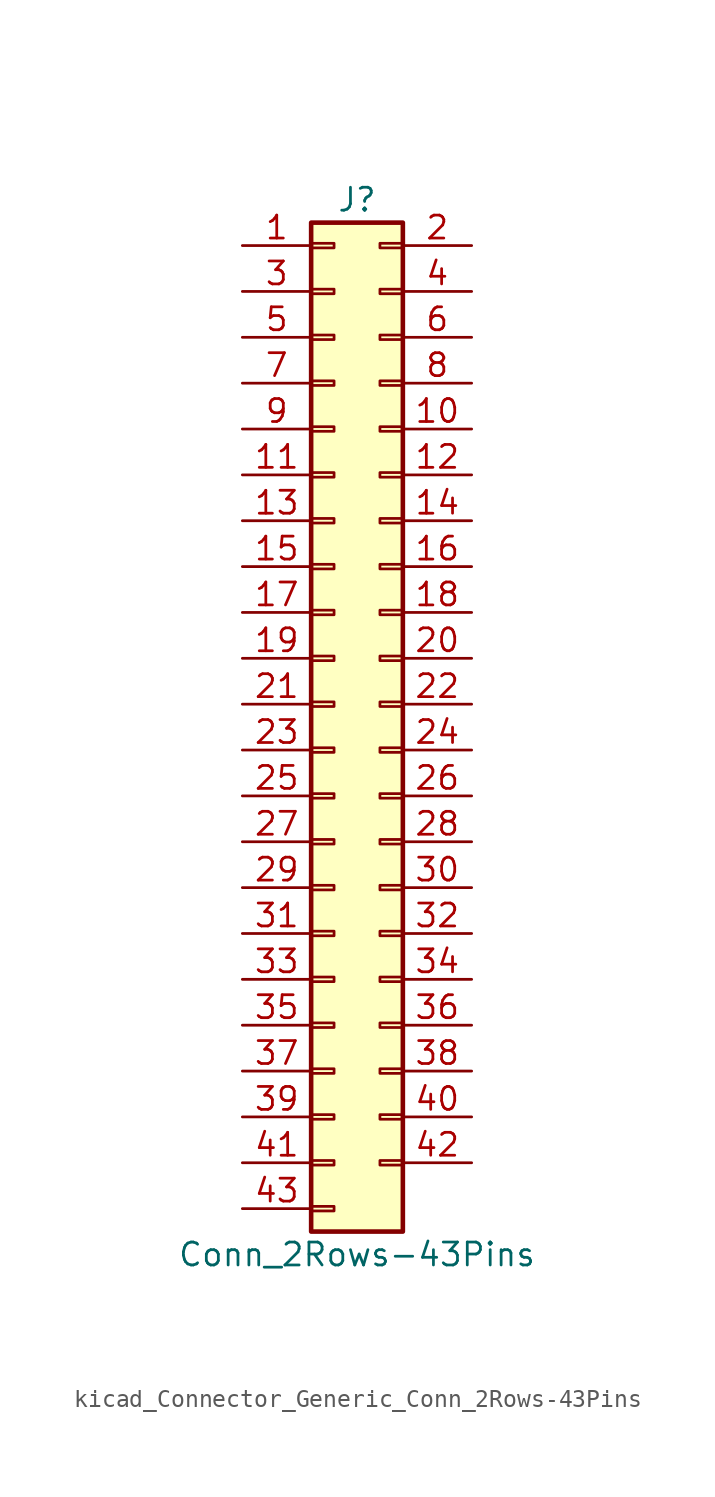
<source format=kicad_sym>
(kicad_symbol_lib
  (version 20220914)
  (generator kicad_symbol_editor)
  (symbol "kicad_Connector_Generic_Conn_2Rows-43Pins"
    (pin_names
      (offset 1.016) hide)
    (property "Reference" "J"
      (at 1.27 27.94 0)
      (effects (font (size 1.27 1.27))))
    (property "Value" "Conn_2Rows-43Pins"
      (at 1.27 -30.48 0)
      (effects (font (size 1.27 1.27))))
    (symbol "kicad_Connector_Generic_Conn_2Rows-43Pins_1_1"
      (rectangle (start -1.27 -27.813) (end 0 -28.067) (stroke (width 0.152) (type default)) (fill (type none)))
      (rectangle (start -1.27 -25.273) (end 0 -25.527) (stroke (width 0.152) (type default)) (fill (type none)))
      (rectangle (start -1.27 -22.733) (end 0 -22.987) (stroke (width 0.152) (type default)) (fill (type none)))
      (rectangle (start -1.27 -20.193) (end 0 -20.447) (stroke (width 0.152) (type default)) (fill (type none)))
      (rectangle (start -1.27 -17.653) (end 0 -17.907) (stroke (width 0.152) (type default)) (fill (type none)))
      (rectangle (start -1.27 -15.113) (end 0 -15.367) (stroke (width 0.152) (type default)) (fill (type none)))
      (rectangle (start -1.27 -12.573) (end 0 -12.827) (stroke (width 0.152) (type default)) (fill (type none)))
      (rectangle (start -1.27 -10.033) (end 0 -10.287) (stroke (width 0.152) (type default)) (fill (type none)))
      (rectangle (start -1.27 -7.493) (end 0 -7.747) (stroke (width 0.152) (type default)) (fill (type none)))
      (rectangle (start -1.27 -4.953) (end 0 -5.207) (stroke (width 0.152) (type default)) (fill (type none)))
      (rectangle (start -1.27 -2.413) (end 0 -2.667) (stroke (width 0.152) (type default)) (fill (type none)))
      (rectangle (start -1.27 0.127) (end 0 -0.127) (stroke (width 0.152) (type default)) (fill (type none)))
      (rectangle (start -1.27 2.667) (end 0 2.413) (stroke (width 0.152) (type default)) (fill (type none)))
      (rectangle (start -1.27 5.207) (end 0 4.953) (stroke (width 0.152) (type default)) (fill (type none)))
      (rectangle (start -1.27 7.747) (end 0 7.493) (stroke (width 0.152) (type default)) (fill (type none)))
      (rectangle (start -1.27 10.287) (end 0 10.033) (stroke (width 0.152) (type default)) (fill (type none)))
      (rectangle (start -1.27 12.827) (end 0 12.573) (stroke (width 0.152) (type default)) (fill (type none)))
      (rectangle (start -1.27 15.367) (end 0 15.113) (stroke (width 0.152) (type default)) (fill (type none)))
      (rectangle (start -1.27 17.907) (end 0 17.653) (stroke (width 0.152) (type default)) (fill (type none)))
      (rectangle (start -1.27 20.447) (end 0 20.193) (stroke (width 0.152) (type default)) (fill (type none)))
      (rectangle (start -1.27 22.987) (end 0 22.733) (stroke (width 0.152) (type default)) (fill (type none)))
      (rectangle (start -1.27 25.527) (end 0 25.273) (stroke (width 0.152) (type default)) (fill (type none)))
      (rectangle (start -1.27 26.67) (end 3.81 -29.21) (stroke (width 0.254) (type default)) (fill (type background)))
      (rectangle (start 3.81 -25.273) (end 2.54 -25.527) (stroke (width 0.152) (type default)) (fill (type none)))
      (rectangle (start 3.81 -22.733) (end 2.54 -22.987) (stroke (width 0.152) (type default)) (fill (type none)))
      (rectangle (start 3.81 -20.193) (end 2.54 -20.447) (stroke (width 0.152) (type default)) (fill (type none)))
      (rectangle (start 3.81 -17.653) (end 2.54 -17.907) (stroke (width 0.152) (type default)) (fill (type none)))
      (rectangle (start 3.81 -15.113) (end 2.54 -15.367) (stroke (width 0.152) (type default)) (fill (type none)))
      (rectangle (start 3.81 -12.573) (end 2.54 -12.827) (stroke (width 0.152) (type default)) (fill (type none)))
      (rectangle (start 3.81 -10.033) (end 2.54 -10.287) (stroke (width 0.152) (type default)) (fill (type none)))
      (rectangle (start 3.81 -7.493) (end 2.54 -7.747) (stroke (width 0.152) (type default)) (fill (type none)))
      (rectangle (start 3.81 -4.953) (end 2.54 -5.207) (stroke (width 0.152) (type default)) (fill (type none)))
      (rectangle (start 3.81 -2.413) (end 2.54 -2.667) (stroke (width 0.152) (type default)) (fill (type none)))
      (rectangle (start 3.81 0.127) (end 2.54 -0.127) (stroke (width 0.152) (type default)) (fill (type none)))
      (rectangle (start 3.81 2.667) (end 2.54 2.413) (stroke (width 0.152) (type default)) (fill (type none)))
      (rectangle (start 3.81 5.207) (end 2.54 4.953) (stroke (width 0.152) (type default)) (fill (type none)))
      (rectangle (start 3.81 7.747) (end 2.54 7.493) (stroke (width 0.152) (type default)) (fill (type none)))
      (rectangle (start 3.81 10.287) (end 2.54 10.033) (stroke (width 0.152) (type default)) (fill (type none)))
      (rectangle (start 3.81 12.827) (end 2.54 12.573) (stroke (width 0.152) (type default)) (fill (type none)))
      (rectangle (start 3.81 15.367) (end 2.54 15.113) (stroke (width 0.152) (type default)) (fill (type none)))
      (rectangle (start 3.81 17.907) (end 2.54 17.653) (stroke (width 0.152) (type default)) (fill (type none)))
      (rectangle (start 3.81 20.447) (end 2.54 20.193) (stroke (width 0.152) (type default)) (fill (type none)))
      (rectangle (start 3.81 22.987) (end 2.54 22.733) (stroke (width 0.152) (type default)) (fill (type none)))
      (rectangle (start 3.81 25.527) (end 2.54 25.273) (stroke (width 0.152) (type default)) (fill (type none)))
      (pin passive line (at -5.08 25.4 0) (length 3.81) (name "Pin_1" (effects (font (size 1.27 1.27)))) (number "1" (effects (font (size 1.27 1.27)))))
      (pin passive line (at 7.62 15.24 180) (length 3.81) (name "Pin_10" (effects (font (size 1.27 1.27)))) (number "10" (effects (font (size 1.27 1.27)))))
      (pin passive line (at -5.08 12.7 0) (length 3.81) (name "Pin_11" (effects (font (size 1.27 1.27)))) (number "11" (effects (font (size 1.27 1.27)))))
      (pin passive line (at 7.62 12.7 180) (length 3.81) (name "Pin_12" (effects (font (size 1.27 1.27)))) (number "12" (effects (font (size 1.27 1.27)))))
      (pin passive line (at -5.08 10.16 0) (length 3.81) (name "Pin_13" (effects (font (size 1.27 1.27)))) (number "13" (effects (font (size 1.27 1.27)))))
      (pin passive line (at 7.62 10.16 180) (length 3.81) (name "Pin_14" (effects (font (size 1.27 1.27)))) (number "14" (effects (font (size 1.27 1.27)))))
      (pin passive line (at -5.08 7.62 0) (length 3.81) (name "Pin_15" (effects (font (size 1.27 1.27)))) (number "15" (effects (font (size 1.27 1.27)))))
      (pin passive line (at 7.62 7.62 180) (length 3.81) (name "Pin_16" (effects (font (size 1.27 1.27)))) (number "16" (effects (font (size 1.27 1.27)))))
      (pin passive line (at -5.08 5.08 0) (length 3.81) (name "Pin_17" (effects (font (size 1.27 1.27)))) (number "17" (effects (font (size 1.27 1.27)))))
      (pin passive line (at 7.62 5.08 180) (length 3.81) (name "Pin_18" (effects (font (size 1.27 1.27)))) (number "18" (effects (font (size 1.27 1.27)))))
      (pin passive line (at -5.08 2.54 0) (length 3.81) (name "Pin_19" (effects (font (size 1.27 1.27)))) (number "19" (effects (font (size 1.27 1.27)))))
      (pin passive line (at 7.62 25.4 180) (length 3.81) (name "Pin_2" (effects (font (size 1.27 1.27)))) (number "2" (effects (font (size 1.27 1.27)))))
      (pin passive line (at 7.62 2.54 180) (length 3.81) (name "Pin_20" (effects (font (size 1.27 1.27)))) (number "20" (effects (font (size 1.27 1.27)))))
      (pin passive line (at -5.08 0 0) (length 3.81) (name "Pin_21" (effects (font (size 1.27 1.27)))) (number "21" (effects (font (size 1.27 1.27)))))
      (pin passive line (at 7.62 0 180) (length 3.81) (name "Pin_22" (effects (font (size 1.27 1.27)))) (number "22" (effects (font (size 1.27 1.27)))))
      (pin passive line (at -5.08 -2.54 0) (length 3.81) (name "Pin_23" (effects (font (size 1.27 1.27)))) (number "23" (effects (font (size 1.27 1.27)))))
      (pin passive line (at 7.62 -2.54 180) (length 3.81) (name "Pin_24" (effects (font (size 1.27 1.27)))) (number "24" (effects (font (size 1.27 1.27)))))
      (pin passive line (at -5.08 -5.08 0) (length 3.81) (name "Pin_25" (effects (font (size 1.27 1.27)))) (number "25" (effects (font (size 1.27 1.27)))))
      (pin passive line (at 7.62 -5.08 180) (length 3.81) (name "Pin_26" (effects (font (size 1.27 1.27)))) (number "26" (effects (font (size 1.27 1.27)))))
      (pin passive line (at -5.08 -7.62 0) (length 3.81) (name "Pin_27" (effects (font (size 1.27 1.27)))) (number "27" (effects (font (size 1.27 1.27)))))
      (pin passive line (at 7.62 -7.62 180) (length 3.81) (name "Pin_28" (effects (font (size 1.27 1.27)))) (number "28" (effects (font (size 1.27 1.27)))))
      (pin passive line (at -5.08 -10.16 0) (length 3.81) (name "Pin_29" (effects (font (size 1.27 1.27)))) (number "29" (effects (font (size 1.27 1.27)))))
      (pin passive line (at -5.08 22.86 0) (length 3.81) (name "Pin_3" (effects (font (size 1.27 1.27)))) (number "3" (effects (font (size 1.27 1.27)))))
      (pin passive line (at 7.62 -10.16 180) (length 3.81) (name "Pin_30" (effects (font (size 1.27 1.27)))) (number "30" (effects (font (size 1.27 1.27)))))
      (pin passive line (at -5.08 -12.7 0) (length 3.81) (name "Pin_31" (effects (font (size 1.27 1.27)))) (number "31" (effects (font (size 1.27 1.27)))))
      (pin passive line (at 7.62 -12.7 180) (length 3.81) (name "Pin_32" (effects (font (size 1.27 1.27)))) (number "32" (effects (font (size 1.27 1.27)))))
      (pin passive line (at -5.08 -15.24 0) (length 3.81) (name "Pin_33" (effects (font (size 1.27 1.27)))) (number "33" (effects (font (size 1.27 1.27)))))
      (pin passive line (at 7.62 -15.24 180) (length 3.81) (name "Pin_34" (effects (font (size 1.27 1.27)))) (number "34" (effects (font (size 1.27 1.27)))))
      (pin passive line (at -5.08 -17.78 0) (length 3.81) (name "Pin_35" (effects (font (size 1.27 1.27)))) (number "35" (effects (font (size 1.27 1.27)))))
      (pin passive line (at 7.62 -17.78 180) (length 3.81) (name "Pin_36" (effects (font (size 1.27 1.27)))) (number "36" (effects (font (size 1.27 1.27)))))
      (pin passive line (at -5.08 -20.32 0) (length 3.81) (name "Pin_37" (effects (font (size 1.27 1.27)))) (number "37" (effects (font (size 1.27 1.27)))))
      (pin passive line (at 7.62 -20.32 180) (length 3.81) (name "Pin_38" (effects (font (size 1.27 1.27)))) (number "38" (effects (font (size 1.27 1.27)))))
      (pin passive line (at -5.08 -22.86 0) (length 3.81) (name "Pin_39" (effects (font (size 1.27 1.27)))) (number "39" (effects (font (size 1.27 1.27)))))
      (pin passive line (at 7.62 22.86 180) (length 3.81) (name "Pin_4" (effects (font (size 1.27 1.27)))) (number "4" (effects (font (size 1.27 1.27)))))
      (pin passive line (at 7.62 -22.86 180) (length 3.81) (name "Pin_40" (effects (font (size 1.27 1.27)))) (number "40" (effects (font (size 1.27 1.27)))))
      (pin passive line (at -5.08 -25.4 0) (length 3.81) (name "Pin_41" (effects (font (size 1.27 1.27)))) (number "41" (effects (font (size 1.27 1.27)))))
      (pin passive line (at 7.62 -25.4 180) (length 3.81) (name "Pin_42" (effects (font (size 1.27 1.27)))) (number "42" (effects (font (size 1.27 1.27)))))
      (pin passive line (at -5.08 -27.94 0) (length 3.81) (name "Pin_43" (effects (font (size 1.27 1.27)))) (number "43" (effects (font (size 1.27 1.27)))))
      (pin passive line (at -5.08 20.32 0) (length 3.81) (name "Pin_5" (effects (font (size 1.27 1.27)))) (number "5" (effects (font (size 1.27 1.27)))))
      (pin passive line (at 7.62 20.32 180) (length 3.81) (name "Pin_6" (effects (font (size 1.27 1.27)))) (number "6" (effects (font (size 1.27 1.27)))))
      (pin passive line (at -5.08 17.78 0) (length 3.81) (name "Pin_7" (effects (font (size 1.27 1.27)))) (number "7" (effects (font (size 1.27 1.27)))))
      (pin passive line (at 7.62 17.78 180) (length 3.81) (name "Pin_8" (effects (font (size 1.27 1.27)))) (number "8" (effects (font (size 1.27 1.27)))))
      (pin passive line (at -5.08 15.24 0) (length 3.81) (name "Pin_9" (effects (font (size 1.27 1.27)))) (number "9" (effects (font (size 1.27 1.27))))))))
</source>
